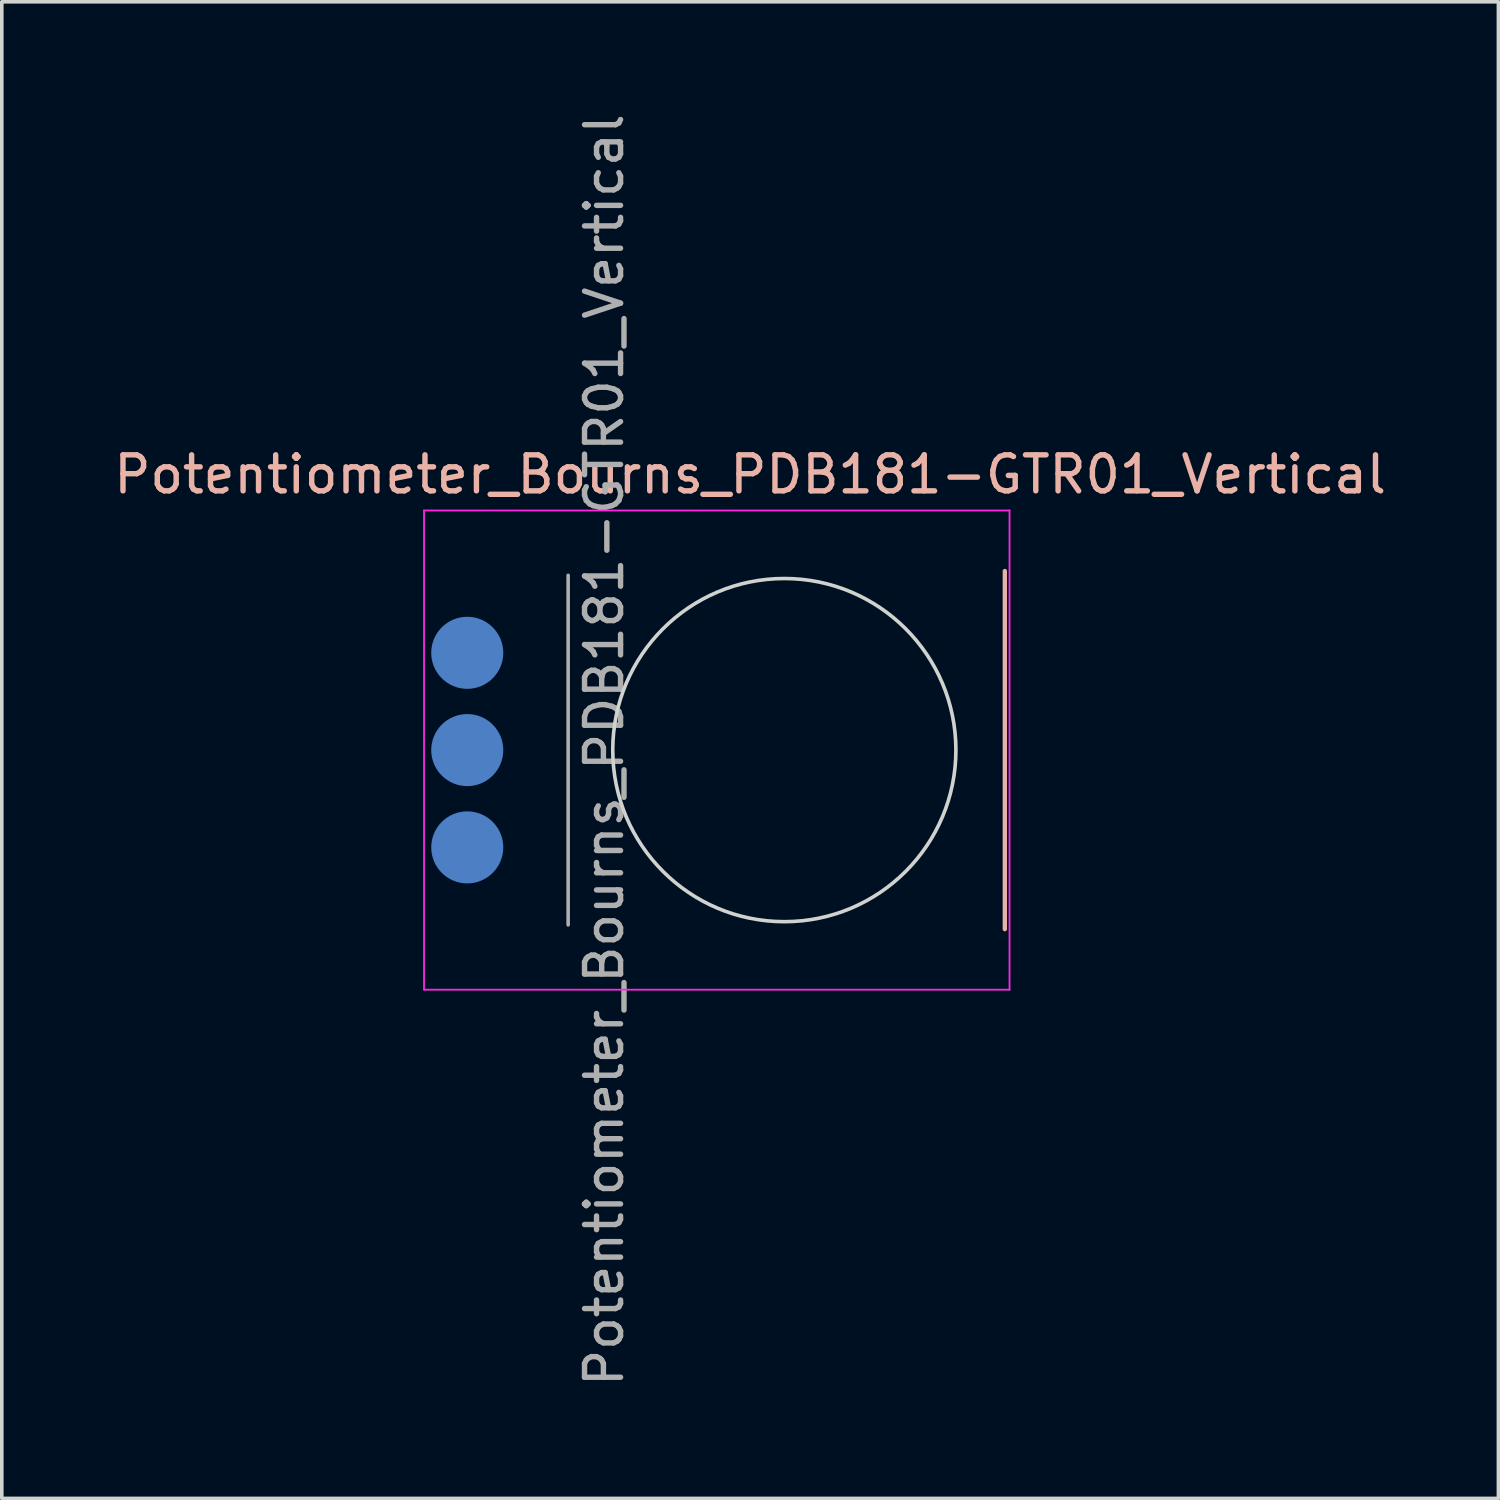
<source format=kicad_pcb>
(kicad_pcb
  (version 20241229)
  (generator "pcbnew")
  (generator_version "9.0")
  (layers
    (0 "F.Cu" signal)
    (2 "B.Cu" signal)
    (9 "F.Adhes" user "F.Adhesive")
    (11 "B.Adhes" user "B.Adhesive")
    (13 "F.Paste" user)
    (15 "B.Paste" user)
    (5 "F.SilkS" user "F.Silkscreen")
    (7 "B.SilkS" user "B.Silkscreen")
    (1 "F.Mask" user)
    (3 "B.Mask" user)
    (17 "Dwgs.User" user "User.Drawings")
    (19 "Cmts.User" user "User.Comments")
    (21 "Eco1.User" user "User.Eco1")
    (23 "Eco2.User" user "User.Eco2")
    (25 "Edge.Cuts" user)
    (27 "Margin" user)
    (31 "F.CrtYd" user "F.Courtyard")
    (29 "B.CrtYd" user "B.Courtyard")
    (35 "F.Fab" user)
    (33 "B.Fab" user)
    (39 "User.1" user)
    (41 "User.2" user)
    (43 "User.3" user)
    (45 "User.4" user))
  (footprint "Potentiometer_Bourns_PDB181-GTR01_Vertical"
    (layer "F.Cu")
    (at 11.718 20.268)
    (property "Reference" "Potentiometer_Bourns_PDB181-GTR01_Vertical" (at 6.05 -10.15 0) (layer "B.SilkS") (effects (font (size 1 1) (thickness 0.15))))
    (attr through_hole)
    (fp_line (start 13.12 -7.47) (end 13.12 2.47) (stroke (width 0.12) (type solid)) (layer "B.SilkS"))
    (fp_circle (center 7 -2.5) (end 11.762 -2.5) (stroke (width 0.1) (type solid)) (fill no) (layer "Edge.Cuts"))
    (fp_line (start -3 -9.15) (end -3 4.15) (stroke (width 0.05) (type solid)) (layer "F.CrtYd"))
    (fp_line (start -3 4.15) (end 13.25 4.15) (stroke (width 0.05) (type solid)) (layer "F.CrtYd"))
    (fp_line (start 13.25 -9.15) (end -3 -9.15) (stroke (width 0.05) (type solid)) (layer "F.CrtYd"))
    (fp_line (start 13.25 4.15) (end 13.25 -9.15) (stroke (width 0.05) (type solid)) (layer "F.CrtYd"))
    (fp_line (start 1 -7.35) (end 1 2.35) (stroke (width 0.1) (type solid)) (layer "F.Fab"))
    (fp_text user "${REFERENCE}" (at 2 -2.5 90) (layer "F.Fab") (effects (font (size 1 1) (thickness 0.15))))
    (pad "1" smd circle (at -1.8 0.2) (size 2 2) (layers "B.Cu" "B.Mask" "B.Paste"))
    (pad "2" smd circle (at -1.8 -2.5) (size 2 2) (layers "B.Cu" "B.Mask" "B.Paste"))
    (pad "3" smd circle (at -1.8 -5.2) (size 2 2) (layers "B.Cu" "B.Mask" "B.Paste")))
  (gr_rect
    (start -3 -3)
    (end 38.536 38.536)
    (stroke (width 0.1) (type default))
    (fill no)
    (layer "Edge.Cuts")))
</source>
